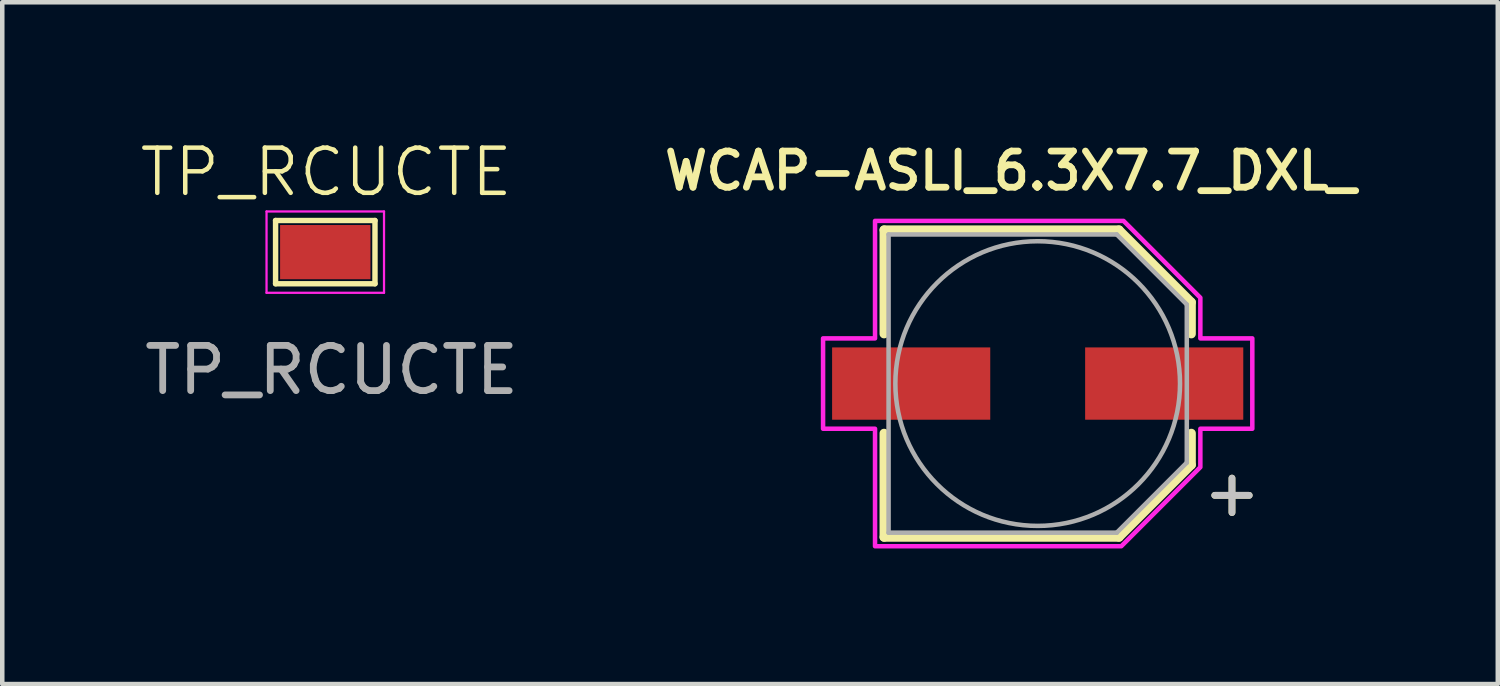
<source format=kicad_pcb>
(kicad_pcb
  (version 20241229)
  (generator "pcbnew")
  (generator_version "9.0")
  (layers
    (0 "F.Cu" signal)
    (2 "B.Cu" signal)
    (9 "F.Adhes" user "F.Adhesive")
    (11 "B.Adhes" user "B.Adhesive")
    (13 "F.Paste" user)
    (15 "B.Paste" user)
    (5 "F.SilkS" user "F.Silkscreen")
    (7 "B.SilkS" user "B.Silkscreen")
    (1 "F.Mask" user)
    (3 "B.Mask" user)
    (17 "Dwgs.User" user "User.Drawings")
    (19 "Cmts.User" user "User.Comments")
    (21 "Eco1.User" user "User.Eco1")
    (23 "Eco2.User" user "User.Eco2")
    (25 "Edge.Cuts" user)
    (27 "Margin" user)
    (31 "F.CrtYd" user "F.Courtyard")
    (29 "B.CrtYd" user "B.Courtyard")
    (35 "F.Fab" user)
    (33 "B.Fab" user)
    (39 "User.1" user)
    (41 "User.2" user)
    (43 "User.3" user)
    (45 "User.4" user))
  (footprint "TP_RCUCTE"
    (layer "F.Cu")
    (at 4.149 2.53)
    (property "Reference" "TP_RCUCTE" (at 0.02 -1.77 0) (unlocked yes) (layer "F.SilkS") (effects (font (size 1 1) (thickness 0.1))))
    (attr smd)
    (fp_line (start -1.1 -0.7) (end -1.1 0.7) (stroke (width 0.12) (type solid)) (layer "F.SilkS"))
    (fp_line (start -1.1 -0.7) (end 1.1 -0.7) (stroke (width 0.12) (type solid)) (layer "F.SilkS"))
    (fp_line (start -1.1 0.7) (end 1.1 0.7) (stroke (width 0.12) (type solid)) (layer "F.SilkS"))
    (fp_line (start 1.1 -0.7) (end 1.1 0.7) (stroke (width 0.12) (type solid)) (layer "F.SilkS"))
    (fp_line (start -1.3 -0.9) (end -1.3 0.9) (stroke (width 0.05) (type solid)) (layer "F.CrtYd"))
    (fp_line (start 1.3 -0.9) (end -1.3 -0.9) (stroke (width 0.05) (type solid)) (layer "F.CrtYd"))
    (fp_line (start 1.3 -0.9) (end 1.3 0.9) (stroke (width 0.05) (type solid)) (layer "F.CrtYd"))
    (fp_line (start 1.3 0.9) (end -1.3 0.9) (stroke (width 0.05) (type solid)) (layer "F.CrtYd"))
    (fp_text user "${REFERENCE}" (at 0.14 2.61 0) (layer "F.Fab") (effects (font (size 1 1) (thickness 0.15))))
    (pad "1" smd rect (at 0 0) (size 2 1.2) (layers "F.Cu" "F.Mask")))
  (footprint "WCAP-ASLI_6.3X7.7_DXL_"
    (layer "F.Cu")
    (at 19.916 5.439)
    (property "Reference" "WCAP-ASLI_6.3X7.7_DXL_" (at -0.6 -4.708 0) (layer "F.SilkS") (effects (font (size 0.8 0.8) (thickness 0.15))))
    (attr smd)
    (fp_line (start -3.4 -3.4) (end -3.4 -1.1) (stroke (width 0.2) (type solid)) (layer "F.SilkS"))
    (fp_line (start -3.4 -3.4) (end 1.8 -3.4) (stroke (width 0.2) (type solid)) (layer "F.SilkS"))
    (fp_line (start -3.4 3.4) (end -3.4 1.1) (stroke (width 0.2) (type solid)) (layer "F.SilkS"))
    (fp_line (start -3.4 3.4) (end 1.8 3.4) (stroke (width 0.2) (type solid)) (layer "F.SilkS"))
    (fp_line (start 1.8 -3.4) (end 3.4 -1.8) (stroke (width 0.2) (type solid)) (layer "F.SilkS"))
    (fp_line (start 1.8 3.4) (end 3.4 1.8) (stroke (width 0.2) (type solid)) (layer "F.SilkS"))
    (fp_line (start 3.4 -1.8) (end 3.4 -1.1) (stroke (width 0.2) (type solid)) (layer "F.SilkS"))
    (fp_line (start 3.4 1.8) (end 3.4 1.1) (stroke (width 0.2) (type solid)) (layer "F.SilkS"))
    (fp_poly (pts (xy 1.9 -3.6) (xy -3.6 -3.6) (xy -3.6 -1) (xy -4.75 -1) (xy -4.75 1) (xy -3.6 1) (xy -3.6 3.6) (xy 1.85 3.6) (xy 3.6 1.85) (xy 3.6 1) (xy 4.75 1) (xy 4.75 -1) (xy 3.6 -1) (xy 3.6 -1.9)) (stroke (width 0.1) (type solid)) (fill no) (layer "F.CrtYd"))
    (fp_line (start -3.3 -3.3) (end -3.3 3.3) (stroke (width 0.1) (type solid)) (layer "F.Fab"))
    (fp_line (start -3.3 3.3) (end 1.75 3.3) (stroke (width 0.1) (type solid)) (layer "F.Fab"))
    (fp_line (start 1.75 -3.3) (end -3.3 -3.3) (stroke (width 0.1) (type solid)) (layer "F.Fab"))
    (fp_line (start 1.75 3.3) (end 3.3 1.75) (stroke (width 0.1) (type solid)) (layer "F.Fab"))
    (fp_line (start 3.3 -1.75) (end 1.75 -3.3) (stroke (width 0.1) (type solid)) (layer "F.Fab"))
    (fp_line (start 3.3 1.75) (end 3.3 -1.75) (stroke (width 0.1) (type solid)) (layer "F.Fab"))
    (fp_circle (center 0 0) (end 3.15 0) (stroke (width 0.1) (type solid)) (fill no) (layer "F.Fab"))
    (fp_text user "+" (at 4.3 2.4 0) (layer "F.SilkS") (effects (font (size 1 1) (thickness 0.15))))
    (fp_text user "+" (at 4.3 2.4 0) (layer "Dwgs.User") (effects (font (size 1 1) (thickness 0.15))))
    (pad "1" smd rect (at 2.8 0) (size 3.5 1.6) (layers "F.Cu" "F.Mask" "F.Paste"))
    (pad "2" smd rect (at -2.8 0) (size 3.5 1.6) (layers "F.Cu" "F.Mask" "F.Paste")))
  (gr_rect
    (start -3 -3)
    (end 30.099 12.089)
    (stroke (width 0.1) (type default))
    (fill no)
    (layer "Edge.Cuts")))
</source>
